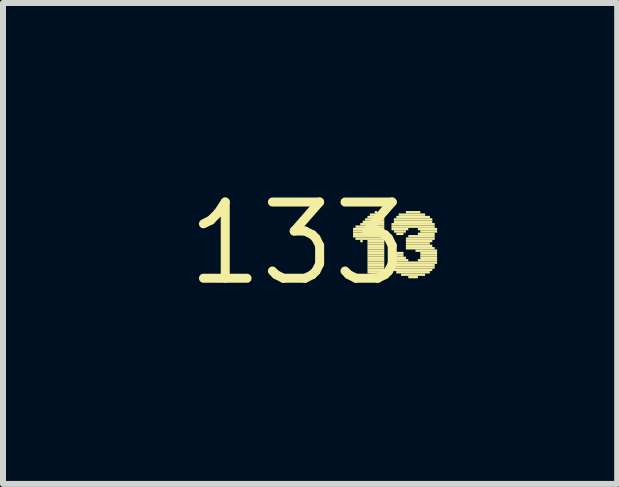
<source format=kicad_pcb>
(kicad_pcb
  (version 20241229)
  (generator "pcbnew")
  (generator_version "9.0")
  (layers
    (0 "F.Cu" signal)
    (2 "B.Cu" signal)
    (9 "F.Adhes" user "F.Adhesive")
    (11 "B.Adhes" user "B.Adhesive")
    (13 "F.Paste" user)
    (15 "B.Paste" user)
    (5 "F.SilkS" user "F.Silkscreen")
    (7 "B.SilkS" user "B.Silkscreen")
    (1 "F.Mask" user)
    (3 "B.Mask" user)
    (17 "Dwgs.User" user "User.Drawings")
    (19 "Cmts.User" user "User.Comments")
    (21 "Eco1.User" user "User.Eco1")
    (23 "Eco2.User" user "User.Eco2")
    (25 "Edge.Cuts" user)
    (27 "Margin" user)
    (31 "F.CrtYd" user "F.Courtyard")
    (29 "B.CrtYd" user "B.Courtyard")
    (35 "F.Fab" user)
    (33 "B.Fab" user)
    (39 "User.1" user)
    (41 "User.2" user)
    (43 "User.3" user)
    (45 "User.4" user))
  (footprint "133"
    (layer "F.Cu")
    (at 1.912 1.006)
    (property "Reference" "133" (at 0 0 0) (layer "F.SilkS") (effects (font (size 1.27 1.27) (thickness 0.15))))
    (attr through_hole)
    (fp_poly (pts (xy 0.92 -0.22) (xy 1.44 -0.22) (xy 1.44 -0.26) (xy 0.92 -0.26)) (stroke (width 0) (type solid)) (fill yes) (layer "F.SilkS"))
    (fp_poly (pts (xy 0.92 -0.18) (xy 1.44 -0.18) (xy 1.44 -0.22) (xy 0.92 -0.22)) (stroke (width 0) (type solid)) (fill yes) (layer "F.SilkS"))
    (fp_poly (pts (xy 0.92 -0.14) (xy 1.44 -0.14) (xy 1.44 -0.18) (xy 0.92 -0.18)) (stroke (width 0) (type solid)) (fill yes) (layer "F.SilkS"))
    (fp_poly (pts (xy 0.92 -0.1) (xy 1.44 -0.1) (xy 1.44 -0.14) (xy 0.92 -0.14)) (stroke (width 0) (type solid)) (fill yes) (layer "F.SilkS"))
    (fp_poly (pts (xy 0.96 -0.26) (xy 1.44 -0.26) (xy 1.44 -0.3) (xy 0.96 -0.3)) (stroke (width 0) (type solid)) (fill yes) (layer "F.SilkS"))
    (fp_poly (pts (xy 0.96 -0.06) (xy 1.44 -0.06) (xy 1.44 -0.1) (xy 0.96 -0.1)) (stroke (width 0) (type solid)) (fill yes) (layer "F.SilkS"))
    (fp_poly (pts (xy 1.04 -0.3) (xy 1.44 -0.3) (xy 1.44 -0.34) (xy 1.04 -0.34)) (stroke (width 0) (type solid)) (fill yes) (layer "F.SilkS"))
    (fp_poly (pts (xy 1.04 -0.02) (xy 1.08 -0.02) (xy 1.08 -0.06) (xy 1.04 -0.06)) (stroke (width 0) (type solid)) (fill yes) (layer "F.SilkS"))
    (fp_poly (pts (xy 1.08 -0.34) (xy 1.44 -0.34) (xy 1.44 -0.38) (xy 1.08 -0.38)) (stroke (width 0) (type solid)) (fill yes) (layer "F.SilkS"))
    (fp_poly (pts (xy 1.12 -0.38) (xy 1.44 -0.38) (xy 1.44 -0.42) (xy 1.12 -0.42)) (stroke (width 0) (type solid)) (fill yes) (layer "F.SilkS"))
    (fp_poly (pts (xy 1.16 -0.42) (xy 1.44 -0.42) (xy 1.44 -0.46) (xy 1.16 -0.46)) (stroke (width 0) (type solid)) (fill yes) (layer "F.SilkS"))
    (fp_poly (pts (xy 1.16 -0.02) (xy 1.44 -0.02) (xy 1.44 -0.06) (xy 1.16 -0.06)) (stroke (width 0) (type solid)) (fill yes) (layer "F.SilkS"))
    (fp_poly (pts (xy 1.16 0.02) (xy 1.44 0.02) (xy 1.44 -0.02) (xy 1.16 -0.02)) (stroke (width 0) (type solid)) (fill yes) (layer "F.SilkS"))
    (fp_poly (pts (xy 1.16 0.06) (xy 1.44 0.06) (xy 1.44 0.02) (xy 1.16 0.02)) (stroke (width 0) (type solid)) (fill yes) (layer "F.SilkS"))
    (fp_poly (pts (xy 1.16 0.1) (xy 1.44 0.1) (xy 1.44 0.06) (xy 1.16 0.06)) (stroke (width 0) (type solid)) (fill yes) (layer "F.SilkS"))
    (fp_poly (pts (xy 1.16 0.14) (xy 1.44 0.14) (xy 1.44 0.1) (xy 1.16 0.1)) (stroke (width 0) (type solid)) (fill yes) (layer "F.SilkS"))
    (fp_poly (pts (xy 1.16 0.18) (xy 1.44 0.18) (xy 1.44 0.14) (xy 1.16 0.14)) (stroke (width 0) (type solid)) (fill yes) (layer "F.SilkS"))
    (fp_poly (pts (xy 1.16 0.22) (xy 1.44 0.22) (xy 1.44 0.18) (xy 1.16 0.18)) (stroke (width 0) (type solid)) (fill yes) (layer "F.SilkS"))
    (fp_poly (pts (xy 1.16 0.26) (xy 1.44 0.26) (xy 1.44 0.22) (xy 1.16 0.22)) (stroke (width 0) (type solid)) (fill yes) (layer "F.SilkS"))
    (fp_poly (pts (xy 1.16 0.3) (xy 1.44 0.3) (xy 1.44 0.26) (xy 1.16 0.26)) (stroke (width 0) (type solid)) (fill yes) (layer "F.SilkS"))
    (fp_poly (pts (xy 1.16 0.34) (xy 1.44 0.34) (xy 1.44 0.3) (xy 1.16 0.3)) (stroke (width 0) (type solid)) (fill yes) (layer "F.SilkS"))
    (fp_poly (pts (xy 1.16 0.38) (xy 1.44 0.38) (xy 1.44 0.34) (xy 1.16 0.34)) (stroke (width 0) (type solid)) (fill yes) (layer "F.SilkS"))
    (fp_poly (pts (xy 1.16 0.42) (xy 1.44 0.42) (xy 1.44 0.38) (xy 1.16 0.38)) (stroke (width 0) (type solid)) (fill yes) (layer "F.SilkS"))
    (fp_poly (pts (xy 1.16 0.46) (xy 1.44 0.46) (xy 1.44 0.42) (xy 1.16 0.42)) (stroke (width 0) (type solid)) (fill yes) (layer "F.SilkS"))
    (fp_poly (pts (xy 1.16 0.5) (xy 1.44 0.5) (xy 1.44 0.46) (xy 1.16 0.46)) (stroke (width 0) (type solid)) (fill yes) (layer "F.SilkS"))
    (fp_poly (pts (xy 1.2 -0.46) (xy 1.4 -0.46) (xy 1.4 -0.5) (xy 1.2 -0.5)) (stroke (width 0) (type solid)) (fill yes) (layer "F.SilkS"))
    (fp_poly (pts (xy 1.2 0.54) (xy 1.4 0.54) (xy 1.4 0.5) (xy 1.2 0.5)) (stroke (width 0) (type solid)) (fill yes) (layer "F.SilkS"))
    (fp_poly (pts (xy 1.28 -0.5) (xy 1.32 -0.5) (xy 1.32 -0.54) (xy 1.28 -0.54)) (stroke (width 0) (type solid)) (fill yes) (layer "F.SilkS"))
    (fp_poly (pts (xy 1.52 0.22) (xy 1.76 0.22) (xy 1.76 0.18) (xy 1.52 0.18)) (stroke (width 0) (type solid)) (fill yes) (layer "F.SilkS"))
    (fp_poly (pts (xy 1.52 0.26) (xy 1.8 0.26) (xy 1.8 0.22) (xy 1.52 0.22)) (stroke (width 0) (type solid)) (fill yes) (layer "F.SilkS"))
    (fp_poly (pts (xy 1.52 0.3) (xy 1.84 0.3) (xy 1.84 0.26) (xy 1.52 0.26)) (stroke (width 0) (type solid)) (fill yes) (layer "F.SilkS"))
    (fp_poly (pts (xy 1.52 0.34) (xy 2.32 0.34) (xy 2.32 0.3) (xy 1.52 0.3)) (stroke (width 0) (type solid)) (fill yes) (layer "F.SilkS"))
    (fp_poly (pts (xy 1.56 -0.3) (xy 2.28 -0.3) (xy 2.28 -0.34) (xy 1.56 -0.34)) (stroke (width 0) (type solid)) (fill yes) (layer "F.SilkS"))
    (fp_poly (pts (xy 1.56 -0.26) (xy 2.28 -0.26) (xy 2.28 -0.3) (xy 1.56 -0.3)) (stroke (width 0) (type solid)) (fill yes) (layer "F.SilkS"))
    (fp_poly (pts (xy 1.56 -0.22) (xy 1.84 -0.22) (xy 1.84 -0.26) (xy 1.56 -0.26)) (stroke (width 0) (type solid)) (fill yes) (layer "F.SilkS"))
    (fp_poly (pts (xy 1.56 0.18) (xy 1.76 0.18) (xy 1.76 0.14) (xy 1.56 0.14)) (stroke (width 0) (type solid)) (fill yes) (layer "F.SilkS"))
    (fp_poly (pts (xy 1.56 0.38) (xy 2.28 0.38) (xy 2.28 0.34) (xy 1.56 0.34)) (stroke (width 0) (type solid)) (fill yes) (layer "F.SilkS"))
    (fp_poly (pts (xy 1.56 0.42) (xy 2.28 0.42) (xy 2.28 0.38) (xy 1.56 0.38)) (stroke (width 0) (type solid)) (fill yes) (layer "F.SilkS"))
    (fp_poly (pts (xy 1.6 -0.38) (xy 2.24 -0.38) (xy 2.24 -0.42) (xy 1.6 -0.42)) (stroke (width 0) (type solid)) (fill yes) (layer "F.SilkS"))
    (fp_poly (pts (xy 1.6 -0.34) (xy 2.24 -0.34) (xy 2.24 -0.38) (xy 1.6 -0.38)) (stroke (width 0) (type solid)) (fill yes) (layer "F.SilkS"))
    (fp_poly (pts (xy 1.6 -0.18) (xy 1.8 -0.18) (xy 1.8 -0.22) (xy 1.6 -0.22)) (stroke (width 0) (type solid)) (fill yes) (layer "F.SilkS"))
    (fp_poly (pts (xy 1.6 0.46) (xy 2.24 0.46) (xy 2.24 0.42) (xy 1.6 0.42)) (stroke (width 0) (type solid)) (fill yes) (layer "F.SilkS"))
    (fp_poly (pts (xy 1.64 -0.42) (xy 2.2 -0.42) (xy 2.2 -0.46) (xy 1.64 -0.46)) (stroke (width 0) (type solid)) (fill yes) (layer "F.SilkS"))
    (fp_poly (pts (xy 1.64 -0.14) (xy 1.76 -0.14) (xy 1.76 -0.18) (xy 1.64 -0.18)) (stroke (width 0) (type solid)) (fill yes) (layer "F.SilkS"))
    (fp_poly (pts (xy 1.64 0.5) (xy 2.2 0.5) (xy 2.2 0.46) (xy 1.64 0.46)) (stroke (width 0) (type solid)) (fill yes) (layer "F.SilkS"))
    (fp_poly (pts (xy 1.68 -0.46) (xy 2.12 -0.46) (xy 2.12 -0.5) (xy 1.68 -0.5)) (stroke (width 0) (type solid)) (fill yes) (layer "F.SilkS"))
    (fp_poly (pts (xy 1.72 0.54) (xy 2.12 0.54) (xy 2.12 0.5) (xy 1.72 0.5)) (stroke (width 0) (type solid)) (fill yes) (layer "F.SilkS"))
    (fp_poly (pts (xy 1.8 -0.5) (xy 2.04 -0.5) (xy 2.04 -0.54) (xy 1.8 -0.54)) (stroke (width 0) (type solid)) (fill yes) (layer "F.SilkS"))
    (fp_poly (pts (xy 1.8 -0.06) (xy 2.28 -0.06) (xy 2.28 -0.1) (xy 1.8 -0.1)) (stroke (width 0) (type solid)) (fill yes) (layer "F.SilkS"))
    (fp_poly (pts (xy 1.8 -0.02) (xy 2.24 -0.02) (xy 2.24 -0.06) (xy 1.8 -0.06)) (stroke (width 0) (type solid)) (fill yes) (layer "F.SilkS"))
    (fp_poly (pts (xy 1.8 0.02) (xy 2.2 0.02) (xy 2.2 -0.02) (xy 1.8 -0.02)) (stroke (width 0) (type solid)) (fill yes) (layer "F.SilkS"))
    (fp_poly (pts (xy 1.8 0.06) (xy 2.24 0.06) (xy 2.24 0.02) (xy 1.8 0.02)) (stroke (width 0) (type solid)) (fill yes) (layer "F.SilkS"))
    (fp_poly (pts (xy 1.8 0.1) (xy 2.28 0.1) (xy 2.28 0.06) (xy 1.8 0.06)) (stroke (width 0) (type solid)) (fill yes) (layer "F.SilkS"))
    (fp_poly (pts (xy 1.84 -0.1) (xy 2.28 -0.1) (xy 2.28 -0.14) (xy 1.84 -0.14)) (stroke (width 0) (type solid)) (fill yes) (layer "F.SilkS"))
    (fp_poly (pts (xy 1.84 0.58) (xy 2 0.58) (xy 2 0.54) (xy 1.84 0.54)) (stroke (width 0) (type solid)) (fill yes) (layer "F.SilkS"))
    (fp_poly (pts (xy 1.96 0.14) (xy 2.32 0.14) (xy 2.32 0.1) (xy 1.96 0.1)) (stroke (width 0) (type solid)) (fill yes) (layer "F.SilkS"))
    (fp_poly (pts (xy 2 -0.22) (xy 2.32 -0.22) (xy 2.32 -0.26) (xy 2 -0.26)) (stroke (width 0) (type solid)) (fill yes) (layer "F.SilkS"))
    (fp_poly (pts (xy 2 -0.14) (xy 2.28 -0.14) (xy 2.28 -0.18) (xy 2 -0.18)) (stroke (width 0) (type solid)) (fill yes) (layer "F.SilkS"))
    (fp_poly (pts (xy 2 0.3) (xy 2.32 0.3) (xy 2.32 0.26) (xy 2 0.26)) (stroke (width 0) (type solid)) (fill yes) (layer "F.SilkS"))
    (fp_poly (pts (xy 2.04 -0.18) (xy 2.32 -0.18) (xy 2.32 -0.22) (xy 2.04 -0.22)) (stroke (width 0) (type solid)) (fill yes) (layer "F.SilkS"))
    (fp_poly (pts (xy 2.04 0.18) (xy 2.32 0.18) (xy 2.32 0.14) (xy 2.04 0.14)) (stroke (width 0) (type solid)) (fill yes) (layer "F.SilkS"))
    (fp_poly (pts (xy 2.04 0.22) (xy 2.32 0.22) (xy 2.32 0.18) (xy 2.04 0.18)) (stroke (width 0) (type solid)) (fill yes) (layer "F.SilkS"))
    (fp_poly (pts (xy 2.04 0.26) (xy 2.32 0.26) (xy 2.32 0.22) (xy 2.04 0.22)) (stroke (width 0) (type solid)) (fill yes) (layer "F.SilkS")))
  (gr_rect
    (start -3 -3)
    (end 7.232 5.012)
    (stroke (width 0.1) (type default))
    (fill no)
    (layer "Edge.Cuts")))
</source>
